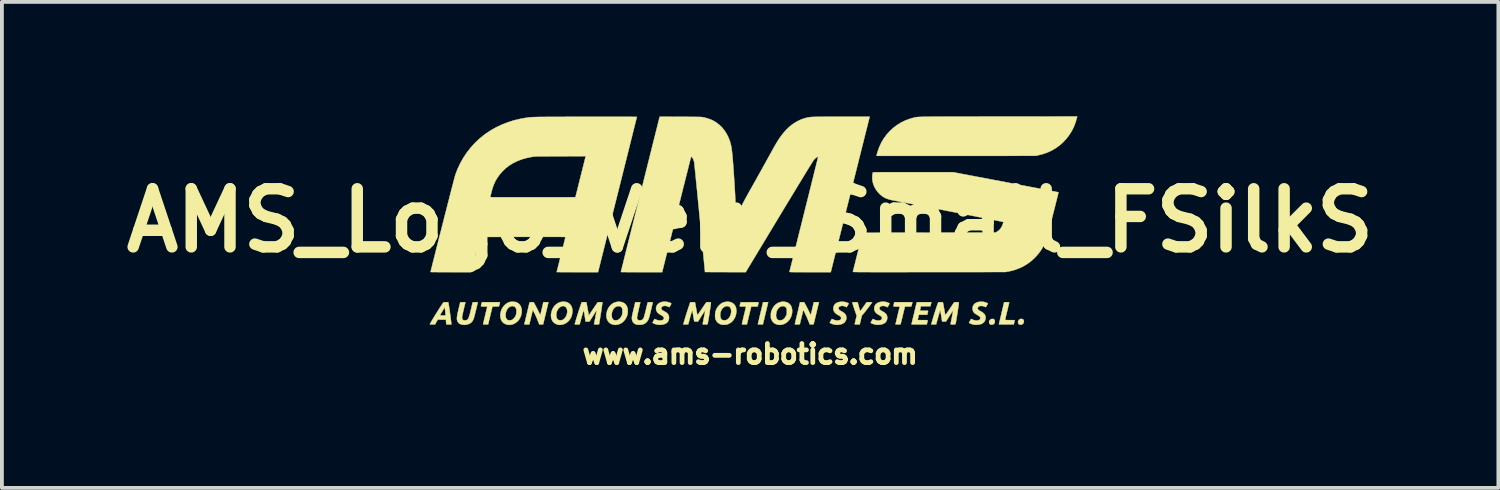
<source format=kicad_pcb>
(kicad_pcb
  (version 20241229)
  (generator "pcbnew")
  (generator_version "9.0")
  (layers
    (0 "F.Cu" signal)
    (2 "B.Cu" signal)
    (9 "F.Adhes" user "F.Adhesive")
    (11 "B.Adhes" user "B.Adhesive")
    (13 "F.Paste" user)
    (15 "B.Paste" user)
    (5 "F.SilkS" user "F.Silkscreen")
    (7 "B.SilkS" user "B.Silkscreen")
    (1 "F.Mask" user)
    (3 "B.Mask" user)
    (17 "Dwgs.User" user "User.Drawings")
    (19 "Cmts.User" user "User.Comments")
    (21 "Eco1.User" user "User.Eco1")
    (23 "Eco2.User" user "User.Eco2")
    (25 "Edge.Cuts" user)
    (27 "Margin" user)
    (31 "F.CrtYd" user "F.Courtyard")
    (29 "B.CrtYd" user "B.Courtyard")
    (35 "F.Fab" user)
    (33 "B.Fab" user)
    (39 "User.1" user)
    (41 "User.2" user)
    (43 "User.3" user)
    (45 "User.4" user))
  (footprint "AMS_Logo_Very_Small_FSilkS"
    (layer "F.Cu")
    (at 16.626 2.736)
    (property "Reference" "AMS_Logo_Very_Small_FSilkS" (at 0 0 0) (layer "F.SilkS") (effects (font (size 1.524 1.524) (thickness 0.3))))
    (attr through_hole)
    (fp_poly (pts (xy 0.404 2.432) (xy 0.334 2.724) (xy 0.268 2.724) (xy 0.241 2.724) (xy 0.22 2.723) (xy 0.206 2.721) (xy 0.203 2.719) (xy 0.204 2.712) (xy 0.208 2.694) (xy 0.215 2.666) (xy 0.223 2.63) (xy 0.234 2.586) (xy 0.245 2.536) (xy 0.258 2.481) (xy 0.271 2.427) (xy 0.339 2.14) (xy 0.474 2.14) (xy 0.404 2.432)) (stroke (width 0.01) (type solid)) (fill yes) (layer "F.SilkS"))
    (fp_poly (pts (xy 6.383 2.582) (xy 6.404 2.595) (xy 6.416 2.616) (xy 6.42 2.644) (xy 6.415 2.678) (xy 6.4 2.704) (xy 6.377 2.722) (xy 6.345 2.73) (xy 6.334 2.731) (xy 6.313 2.729) (xy 6.297 2.722) (xy 6.286 2.712) (xy 6.271 2.689) (xy 6.266 2.664) (xy 6.271 2.638) (xy 6.284 2.614) (xy 6.303 2.594) (xy 6.328 2.582) (xy 6.352 2.578) (xy 6.383 2.582)) (stroke (width 0.01) (type solid)) (fill yes) (layer "F.SilkS"))
    (fp_poly (pts (xy 7.145 2.584) (xy 7.159 2.591) (xy 7.174 2.61) (xy 7.18 2.636) (xy 7.179 2.663) (xy 7.169 2.689) (xy 7.152 2.711) (xy 7.148 2.714) (xy 7.124 2.727) (xy 7.096 2.731) (xy 7.07 2.728) (xy 7.048 2.718) (xy 7.045 2.715) (xy 7.031 2.693) (xy 7.026 2.666) (xy 7.03 2.638) (xy 7.043 2.612) (xy 7.063 2.592) (xy 7.067 2.589) (xy 7.091 2.58) (xy 7.119 2.578) (xy 7.145 2.584)) (stroke (width 0.01) (type solid)) (fill yes) (layer "F.SilkS"))
    (fp_poly (pts (xy -6.575 2.196) (xy -6.589 2.251) (xy -6.674 2.253) (xy -6.76 2.255) (xy -6.787 2.37) (xy -6.799 2.418) (xy -6.812 2.472) (xy -6.825 2.529) (xy -6.838 2.581) (xy -6.844 2.605) (xy -6.873 2.724) (xy -6.938 2.724) (xy -6.967 2.724) (xy -6.988 2.722) (xy -7.001 2.72) (xy -7.004 2.718) (xy -7.003 2.711) (xy -6.999 2.692) (xy -6.992 2.665) (xy -6.984 2.629) (xy -6.974 2.587) (xy -6.963 2.54) (xy -6.954 2.504) (xy -6.942 2.453) (xy -6.931 2.406) (xy -6.92 2.364) (xy -6.912 2.328) (xy -6.905 2.299) (xy -6.901 2.281) (xy -6.9 2.275) (xy -6.895 2.254) (xy -6.978 2.254) (xy -7.013 2.254) (xy -7.037 2.253) (xy -7.051 2.251) (xy -7.059 2.246) (xy -7.06 2.238) (xy -7.058 2.226) (xy -7.055 2.216) (xy -7.05 2.195) (xy -7.043 2.171) (xy -7.042 2.167) (xy -7.035 2.14) (xy -6.561 2.14) (xy -6.575 2.196)) (stroke (width 0.01) (type solid)) (fill yes) (layer "F.SilkS"))
    (fp_poly (pts (xy 0.142 2.141) (xy 0.173 2.142) (xy 0.196 2.143) (xy 0.211 2.144) (xy 0.219 2.146) (xy 0.222 2.148) (xy 0.222 2.148) (xy 0.221 2.159) (xy 0.217 2.176) (xy 0.216 2.178) (xy 0.211 2.199) (xy 0.204 2.223) (xy 0.203 2.227) (xy 0.196 2.254) (xy 0.028 2.254) (xy -0.029 2.489) (xy -0.085 2.724) (xy -0.151 2.724) (xy -0.181 2.724) (xy -0.201 2.722) (xy -0.212 2.72) (xy -0.216 2.716) (xy -0.216 2.716) (xy -0.214 2.708) (xy -0.21 2.689) (xy -0.204 2.661) (xy -0.195 2.624) (xy -0.185 2.581) (xy -0.174 2.533) (xy -0.162 2.483) (xy -0.15 2.432) (xy -0.138 2.385) (xy -0.128 2.343) (xy -0.12 2.308) (xy -0.113 2.281) (xy -0.109 2.263) (xy -0.108 2.257) (xy -0.114 2.256) (xy -0.13 2.255) (xy -0.154 2.255) (xy -0.184 2.254) (xy -0.191 2.254) (xy -0.226 2.254) (xy -0.25 2.254) (xy -0.265 2.25) (xy -0.271 2.243) (xy -0.272 2.231) (xy -0.268 2.212) (xy -0.261 2.188) (xy -0.25 2.143) (xy -0.014 2.141) (xy 0.049 2.141) (xy 0.101 2.141) (xy 0.142 2.141)) (stroke (width 0.01) (type solid)) (fill yes) (layer "F.SilkS"))
    (fp_poly (pts (xy 3.157 2.14) (xy 3.18 2.141) (xy 3.195 2.142) (xy 3.2 2.144) (xy 3.197 2.15) (xy 3.186 2.165) (xy 3.17 2.187) (xy 3.15 2.214) (xy 3.127 2.246) (xy 3.101 2.279) (xy 3.075 2.313) (xy 3.049 2.347) (xy 3.025 2.378) (xy 3.003 2.405) (xy 2.986 2.427) (xy 2.983 2.43) (xy 2.929 2.494) (xy 2.902 2.609) (xy 2.874 2.724) (xy 2.809 2.724) (xy 2.777 2.724) (xy 2.756 2.722) (xy 2.746 2.719) (xy 2.743 2.716) (xy 2.745 2.708) (xy 2.749 2.689) (xy 2.755 2.662) (xy 2.762 2.63) (xy 2.769 2.602) (xy 2.795 2.495) (xy 2.76 2.398) (xy 2.749 2.366) (xy 2.736 2.329) (xy 2.724 2.291) (xy 2.711 2.253) (xy 2.7 2.218) (xy 2.691 2.187) (xy 2.684 2.163) (xy 2.68 2.148) (xy 2.68 2.144) (xy 2.686 2.142) (xy 2.702 2.141) (xy 2.725 2.141) (xy 2.751 2.141) (xy 2.821 2.143) (xy 2.842 2.223) (xy 2.855 2.272) (xy 2.865 2.31) (xy 2.873 2.338) (xy 2.88 2.357) (xy 2.884 2.368) (xy 2.888 2.371) (xy 2.889 2.371) (xy 2.897 2.361) (xy 2.91 2.344) (xy 2.928 2.32) (xy 2.948 2.293) (xy 2.969 2.264) (xy 2.99 2.235) (xy 3.008 2.21) (xy 3.022 2.19) (xy 3.023 2.189) (xy 3.057 2.14) (xy 3.129 2.14) (xy 3.157 2.14)) (stroke (width 0.01) (type solid)) (fill yes) (layer "F.SilkS"))
    (fp_poly (pts (xy 6.757 2.141) (xy 6.78 2.142) (xy 6.792 2.144) (xy 6.795 2.146) (xy 6.793 2.154) (xy 6.789 2.172) (xy 6.783 2.2) (xy 6.774 2.236) (xy 6.764 2.278) (xy 6.753 2.326) (xy 6.741 2.376) (xy 6.728 2.427) (xy 6.717 2.475) (xy 6.707 2.517) (xy 6.698 2.553) (xy 6.692 2.58) (xy 6.688 2.598) (xy 6.687 2.605) (xy 6.693 2.606) (xy 6.709 2.608) (xy 6.735 2.609) (xy 6.768 2.61) (xy 6.806 2.61) (xy 6.814 2.61) (xy 6.852 2.61) (xy 6.886 2.61) (xy 6.913 2.611) (xy 6.932 2.612) (xy 6.94 2.613) (xy 6.941 2.613) (xy 6.939 2.621) (xy 6.935 2.637) (xy 6.93 2.66) (xy 6.927 2.67) (xy 6.914 2.724) (xy 6.718 2.724) (xy 6.661 2.724) (xy 6.615 2.724) (xy 6.58 2.723) (xy 6.555 2.722) (xy 6.538 2.721) (xy 6.528 2.719) (xy 6.525 2.717) (xy 6.525 2.716) (xy 6.527 2.709) (xy 6.531 2.69) (xy 6.538 2.662) (xy 6.547 2.627) (xy 6.557 2.585) (xy 6.568 2.539) (xy 6.58 2.489) (xy 6.592 2.438) (xy 6.604 2.386) (xy 6.616 2.336) (xy 6.627 2.289) (xy 6.638 2.245) (xy 6.646 2.208) (xy 6.653 2.178) (xy 6.658 2.156) (xy 6.661 2.145) (xy 6.661 2.143) (xy 6.667 2.142) (xy 6.683 2.141) (xy 6.706 2.14) (xy 6.728 2.14) (xy 6.757 2.141)) (stroke (width 0.01) (type solid)) (fill yes) (layer "F.SilkS"))
    (fp_poly (pts (xy 4.071 2.14) (xy 4.12 2.14) (xy 4.164 2.141) (xy 4.201 2.141) (xy 4.229 2.141) (xy 4.247 2.142) (xy 4.254 2.143) (xy 4.255 2.143) (xy 4.253 2.15) (xy 4.25 2.166) (xy 4.245 2.187) (xy 4.24 2.209) (xy 4.235 2.229) (xy 4.232 2.242) (xy 4.232 2.243) (xy 4.229 2.248) (xy 4.223 2.251) (xy 4.212 2.253) (xy 4.193 2.254) (xy 4.164 2.254) (xy 4.144 2.254) (xy 4.059 2.254) (xy 4.023 2.405) (xy 4.011 2.453) (xy 3.999 2.503) (xy 3.988 2.55) (xy 3.977 2.593) (xy 3.969 2.628) (xy 3.966 2.638) (xy 3.946 2.721) (xy 3.878 2.723) (xy 3.847 2.723) (xy 3.827 2.723) (xy 3.816 2.721) (xy 3.813 2.718) (xy 3.813 2.716) (xy 3.815 2.709) (xy 3.82 2.69) (xy 3.827 2.662) (xy 3.835 2.625) (xy 3.846 2.583) (xy 3.857 2.535) (xy 3.867 2.492) (xy 3.879 2.442) (xy 3.89 2.394) (xy 3.901 2.352) (xy 3.909 2.317) (xy 3.916 2.289) (xy 3.92 2.272) (xy 3.922 2.265) (xy 3.922 2.261) (xy 3.919 2.258) (xy 3.91 2.256) (xy 3.894 2.255) (xy 3.868 2.254) (xy 3.842 2.254) (xy 3.806 2.254) (xy 3.781 2.253) (xy 3.766 2.251) (xy 3.76 2.248) (xy 3.759 2.246) (xy 3.761 2.237) (xy 3.764 2.218) (xy 3.769 2.195) (xy 3.77 2.189) (xy 3.781 2.14) (xy 4.018 2.14) (xy 4.071 2.14)) (stroke (width 0.01) (type solid)) (fill yes) (layer "F.SilkS"))
    (fp_poly (pts (xy -7.913 2.173) (xy -7.905 2.214) (xy -7.897 2.262) (xy -7.888 2.318) (xy -7.879 2.382) (xy -7.869 2.456) (xy -7.858 2.54) (xy -7.846 2.635) (xy -7.839 2.694) (xy -7.835 2.724) (xy -7.968 2.724) (xy -7.972 2.697) (xy -7.975 2.674) (xy -7.977 2.647) (xy -7.977 2.635) (xy -7.979 2.6) (xy -8.195 2.597) (xy -8.23 2.66) (xy -8.265 2.724) (xy -8.333 2.724) (xy -8.361 2.724) (xy -8.383 2.723) (xy -8.397 2.721) (xy -8.401 2.72) (xy -8.398 2.711) (xy -8.388 2.694) (xy -8.374 2.668) (xy -8.355 2.635) (xy -8.332 2.597) (xy -8.307 2.555) (xy -8.279 2.51) (xy -8.264 2.485) (xy -8.134 2.485) (xy -8.128 2.487) (xy -8.112 2.488) (xy -8.088 2.489) (xy -8.061 2.489) (xy -7.988 2.489) (xy -7.992 2.44) (xy -7.995 2.407) (xy -7.998 2.37) (xy -8.002 2.34) (xy -8.004 2.315) (xy -8.006 2.294) (xy -8.007 2.281) (xy -8.007 2.28) (xy -8.01 2.281) (xy -8.019 2.292) (xy -8.031 2.31) (xy -8.047 2.334) (xy -8.05 2.34) (xy -8.077 2.383) (xy -8.099 2.419) (xy -8.116 2.449) (xy -8.128 2.471) (xy -8.134 2.483) (xy -8.134 2.485) (xy -8.264 2.485) (xy -8.25 2.463) (xy -8.221 2.415) (xy -8.192 2.369) (xy -8.164 2.325) (xy -8.139 2.285) (xy -8.115 2.25) (xy -8.096 2.22) (xy -8.089 2.21) (xy -8.042 2.143) (xy -7.981 2.141) (xy -7.919 2.14) (xy -7.913 2.173)) (stroke (width 0.01) (type solid)) (fill yes) (layer "F.SilkS"))
    (fp_poly (pts (xy -0.537 2.132) (xy -0.487 2.148) (xy -0.444 2.174) (xy -0.409 2.21) (xy -0.4 2.224) (xy -0.38 2.26) (xy -0.368 2.298) (xy -0.362 2.341) (xy -0.361 2.378) (xy -0.367 2.443) (xy -0.383 2.505) (xy -0.409 2.563) (xy -0.443 2.615) (xy -0.485 2.659) (xy -0.534 2.694) (xy -0.585 2.717) (xy -0.622 2.727) (xy -0.664 2.732) (xy -0.707 2.733) (xy -0.739 2.73) (xy -0.789 2.715) (xy -0.833 2.69) (xy -0.87 2.654) (xy -0.898 2.609) (xy -0.901 2.604) (xy -0.909 2.585) (xy -0.914 2.565) (xy -0.917 2.541) (xy -0.919 2.51) (xy -0.92 2.502) (xy -0.918 2.462) (xy -0.785 2.462) (xy -0.784 2.504) (xy -0.777 2.542) (xy -0.763 2.574) (xy -0.743 2.598) (xy -0.735 2.603) (xy -0.709 2.613) (xy -0.677 2.616) (xy -0.644 2.613) (xy -0.616 2.603) (xy -0.579 2.578) (xy -0.548 2.543) (xy -0.524 2.502) (xy -0.507 2.456) (xy -0.498 2.407) (xy -0.497 2.36) (xy -0.507 2.314) (xy -0.515 2.295) (xy -0.534 2.268) (xy -0.56 2.251) (xy -0.59 2.243) (xy -0.624 2.244) (xy -0.658 2.254) (xy -0.691 2.273) (xy -0.719 2.297) (xy -0.745 2.331) (xy -0.764 2.369) (xy -0.778 2.414) (xy -0.779 2.418) (xy -0.785 2.462) (xy -0.918 2.462) (xy -0.917 2.431) (xy -0.904 2.367) (xy -0.879 2.308) (xy -0.843 2.254) (xy -0.821 2.229) (xy -0.775 2.186) (xy -0.726 2.156) (xy -0.674 2.137) (xy -0.617 2.128) (xy -0.594 2.127) (xy -0.537 2.132)) (stroke (width 0.01) (type solid)) (fill yes) (layer "F.SilkS"))
    (fp_poly (pts (xy -4.858 2.13) (xy -4.82 2.136) (xy -4.793 2.145) (xy -4.755 2.168) (xy -4.72 2.2) (xy -4.692 2.238) (xy -4.683 2.256) (xy -4.668 2.303) (xy -4.661 2.356) (xy -4.663 2.413) (xy -4.673 2.47) (xy -4.691 2.526) (xy -4.71 2.565) (xy -4.744 2.615) (xy -4.787 2.658) (xy -4.837 2.693) (xy -4.891 2.718) (xy -4.94 2.73) (xy -4.967 2.734) (xy -4.987 2.736) (xy -5.006 2.735) (xy -5.029 2.732) (xy -5.036 2.73) (xy -5.087 2.716) (xy -5.13 2.691) (xy -5.167 2.658) (xy -5.195 2.617) (xy -5.214 2.569) (xy -5.223 2.515) (xy -5.223 2.476) (xy -5.085 2.476) (xy -5.085 2.495) (xy -5.078 2.54) (xy -5.063 2.574) (xy -5.041 2.598) (xy -5.012 2.612) (xy -4.979 2.616) (xy -4.95 2.613) (xy -4.924 2.607) (xy -4.918 2.604) (xy -4.9 2.593) (xy -4.879 2.576) (xy -4.865 2.563) (xy -4.838 2.527) (xy -4.817 2.486) (xy -4.804 2.444) (xy -4.797 2.4) (xy -4.798 2.359) (xy -4.805 2.321) (xy -4.82 2.289) (xy -4.841 2.263) (xy -4.858 2.253) (xy -4.892 2.242) (xy -4.927 2.243) (xy -4.961 2.255) (xy -4.994 2.276) (xy -5.024 2.305) (xy -5.05 2.342) (xy -5.07 2.385) (xy -5.08 2.418) (xy -5.084 2.445) (xy -5.085 2.476) (xy -5.223 2.476) (xy -5.223 2.457) (xy -5.221 2.442) (xy -5.205 2.373) (xy -5.18 2.31) (xy -5.146 2.255) (xy -5.104 2.209) (xy -5.054 2.171) (xy -4.999 2.144) (xy -4.976 2.137) (xy -4.94 2.13) (xy -4.9 2.128) (xy -4.858 2.13)) (stroke (width 0.01) (type solid)) (fill yes) (layer "F.SilkS"))
    (fp_poly (pts (xy -3.387 2.133) (xy -3.336 2.148) (xy -3.293 2.173) (xy -3.258 2.208) (xy -3.232 2.252) (xy -3.215 2.304) (xy -3.209 2.353) (xy -3.21 2.417) (xy -3.222 2.479) (xy -3.244 2.537) (xy -3.275 2.59) (xy -3.313 2.637) (xy -3.357 2.676) (xy -3.408 2.706) (xy -3.463 2.726) (xy -3.486 2.73) (xy -3.516 2.734) (xy -3.54 2.736) (xy -3.561 2.734) (xy -3.586 2.73) (xy -3.594 2.728) (xy -3.645 2.711) (xy -3.687 2.685) (xy -3.722 2.65) (xy -3.747 2.607) (xy -3.764 2.559) (xy -3.771 2.504) (xy -3.77 2.481) (xy -3.632 2.481) (xy -3.628 2.525) (xy -3.617 2.562) (xy -3.599 2.59) (xy -3.576 2.608) (xy -3.572 2.61) (xy -3.549 2.615) (xy -3.519 2.616) (xy -3.489 2.612) (xy -3.464 2.603) (xy -3.463 2.603) (xy -3.43 2.58) (xy -3.399 2.547) (xy -3.373 2.503) (xy -3.37 2.496) (xy -3.361 2.477) (xy -3.355 2.46) (xy -3.352 2.443) (xy -3.35 2.422) (xy -3.35 2.392) (xy -3.35 2.384) (xy -3.35 2.352) (xy -3.351 2.328) (xy -3.354 2.312) (xy -3.359 2.299) (xy -3.362 2.293) (xy -3.383 2.266) (xy -3.41 2.25) (xy -3.443 2.243) (xy -3.483 2.246) (xy -3.521 2.26) (xy -3.554 2.284) (xy -3.583 2.316) (xy -3.606 2.357) (xy -3.623 2.403) (xy -3.631 2.454) (xy -3.632 2.481) (xy -3.77 2.481) (xy -3.768 2.445) (xy -3.755 2.382) (xy -3.751 2.367) (xy -3.725 2.305) (xy -3.691 2.252) (xy -3.649 2.207) (xy -3.601 2.171) (xy -3.547 2.145) (xy -3.489 2.131) (xy -3.444 2.127) (xy -3.387 2.133)) (stroke (width 0.01) (type solid)) (fill yes) (layer "F.SilkS"))
    (fp_poly (pts (xy 2.468 2.132) (xy 2.521 2.144) (xy 2.56 2.16) (xy 2.575 2.168) (xy 2.584 2.174) (xy 2.584 2.175) (xy 2.582 2.183) (xy 2.574 2.198) (xy 2.564 2.217) (xy 2.552 2.237) (xy 2.541 2.255) (xy 2.533 2.267) (xy 2.528 2.272) (xy 2.528 2.272) (xy 2.493 2.255) (xy 2.459 2.243) (xy 2.434 2.237) (xy 2.4 2.237) (xy 2.37 2.244) (xy 2.344 2.255) (xy 2.326 2.272) (xy 2.318 2.291) (xy 2.318 2.296) (xy 2.32 2.315) (xy 2.329 2.332) (xy 2.345 2.348) (xy 2.371 2.365) (xy 2.394 2.378) (xy 2.44 2.405) (xy 2.475 2.432) (xy 2.499 2.46) (xy 2.515 2.49) (xy 2.518 2.5) (xy 2.526 2.546) (xy 2.521 2.591) (xy 2.504 2.633) (xy 2.477 2.669) (xy 2.469 2.677) (xy 2.435 2.7) (xy 2.392 2.718) (xy 2.343 2.73) (xy 2.291 2.735) (xy 2.24 2.732) (xy 2.232 2.731) (xy 2.193 2.723) (xy 2.156 2.712) (xy 2.124 2.7) (xy 2.109 2.692) (xy 2.088 2.679) (xy 2.115 2.63) (xy 2.127 2.608) (xy 2.137 2.591) (xy 2.142 2.581) (xy 2.143 2.58) (xy 2.149 2.581) (xy 2.163 2.587) (xy 2.183 2.596) (xy 2.187 2.598) (xy 2.226 2.612) (xy 2.264 2.62) (xy 2.301 2.621) (xy 2.333 2.616) (xy 2.359 2.605) (xy 2.378 2.588) (xy 2.387 2.566) (xy 2.388 2.557) (xy 2.382 2.537) (xy 2.366 2.516) (xy 2.339 2.495) (xy 2.306 2.476) (xy 2.259 2.447) (xy 2.223 2.415) (xy 2.199 2.38) (xy 2.185 2.342) (xy 2.182 2.305) (xy 2.188 2.258) (xy 2.205 2.218) (xy 2.232 2.185) (xy 2.264 2.161) (xy 2.308 2.142) (xy 2.359 2.131) (xy 2.413 2.127) (xy 2.468 2.132)) (stroke (width 0.01) (type solid)) (fill yes) (layer "F.SilkS"))
    (fp_poly (pts (xy -6.196 2.131) (xy -6.173 2.132) (xy -6.155 2.135) (xy -6.139 2.139) (xy -6.122 2.146) (xy -6.121 2.147) (xy -6.08 2.171) (xy -6.048 2.2) (xy -6.022 2.238) (xy -6.021 2.24) (xy -6 2.293) (xy -5.991 2.351) (xy -5.993 2.413) (xy -6.006 2.48) (xy -6.011 2.496) (xy -6.035 2.554) (xy -6.068 2.606) (xy -6.109 2.651) (xy -6.157 2.687) (xy -6.209 2.714) (xy -6.264 2.73) (xy -6.267 2.73) (xy -6.298 2.734) (xy -6.321 2.736) (xy -6.343 2.734) (xy -6.369 2.73) (xy -6.421 2.714) (xy -6.466 2.688) (xy -6.502 2.654) (xy -6.528 2.611) (xy -6.546 2.561) (xy -6.553 2.503) (xy -6.553 2.49) (xy -6.552 2.471) (xy -6.416 2.471) (xy -6.414 2.513) (xy -6.405 2.551) (xy -6.389 2.581) (xy -6.367 2.603) (xy -6.367 2.603) (xy -6.341 2.613) (xy -6.309 2.617) (xy -6.275 2.613) (xy -6.245 2.603) (xy -6.241 2.601) (xy -6.213 2.581) (xy -6.186 2.552) (xy -6.162 2.517) (xy -6.146 2.485) (xy -6.139 2.463) (xy -6.134 2.441) (xy -6.132 2.415) (xy -6.131 2.384) (xy -6.131 2.354) (xy -6.133 2.333) (xy -6.136 2.317) (xy -6.142 2.303) (xy -6.147 2.293) (xy -6.169 2.265) (xy -6.198 2.248) (xy -6.231 2.242) (xy -6.267 2.246) (xy -6.298 2.258) (xy -6.336 2.284) (xy -6.368 2.321) (xy -6.393 2.367) (xy -6.41 2.422) (xy -6.411 2.427) (xy -6.416 2.471) (xy -6.552 2.471) (xy -6.547 2.423) (xy -6.531 2.359) (xy -6.504 2.3) (xy -6.468 2.247) (xy -6.424 2.201) (xy -6.373 2.165) (xy -6.352 2.154) (xy -6.33 2.144) (xy -6.313 2.137) (xy -6.297 2.133) (xy -6.278 2.131) (xy -6.252 2.13) (xy -6.229 2.13) (xy -6.196 2.131)) (stroke (width 0.01) (type solid)) (fill yes) (layer "F.SilkS"))
    (fp_poly (pts (xy 0.925 2.133) (xy 0.976 2.148) (xy 1.019 2.173) (xy 1.053 2.208) (xy 1.08 2.252) (xy 1.096 2.304) (xy 1.103 2.353) (xy 1.101 2.417) (xy 1.089 2.479) (xy 1.067 2.537) (xy 1.037 2.59) (xy 0.999 2.637) (xy 0.954 2.676) (xy 0.904 2.706) (xy 0.849 2.726) (xy 0.826 2.73) (xy 0.795 2.734) (xy 0.772 2.736) (xy 0.751 2.734) (xy 0.725 2.73) (xy 0.718 2.728) (xy 0.667 2.711) (xy 0.625 2.686) (xy 0.59 2.65) (xy 0.563 2.604) (xy 0.563 2.604) (xy 0.554 2.585) (xy 0.548 2.569) (xy 0.545 2.553) (xy 0.544 2.533) (xy 0.543 2.505) (xy 0.543 2.489) (xy 0.543 2.481) (xy 0.679 2.481) (xy 0.683 2.525) (xy 0.694 2.562) (xy 0.712 2.59) (xy 0.736 2.608) (xy 0.74 2.61) (xy 0.763 2.615) (xy 0.792 2.616) (xy 0.823 2.612) (xy 0.848 2.603) (xy 0.848 2.603) (xy 0.882 2.58) (xy 0.912 2.547) (xy 0.939 2.503) (xy 0.942 2.496) (xy 0.951 2.477) (xy 0.957 2.46) (xy 0.96 2.443) (xy 0.962 2.422) (xy 0.962 2.392) (xy 0.962 2.384) (xy 0.962 2.352) (xy 0.96 2.328) (xy 0.957 2.312) (xy 0.953 2.299) (xy 0.949 2.293) (xy 0.928 2.266) (xy 0.902 2.25) (xy 0.868 2.243) (xy 0.828 2.246) (xy 0.791 2.26) (xy 0.757 2.284) (xy 0.729 2.316) (xy 0.705 2.357) (xy 0.689 2.403) (xy 0.681 2.454) (xy 0.679 2.481) (xy 0.543 2.481) (xy 0.544 2.453) (xy 0.546 2.426) (xy 0.55 2.402) (xy 0.556 2.378) (xy 0.56 2.367) (xy 0.587 2.305) (xy 0.622 2.251) (xy 0.664 2.205) (xy 0.712 2.17) (xy 0.767 2.144) (xy 0.825 2.13) (xy 0.867 2.127) (xy 0.925 2.133)) (stroke (width 0.01) (type solid)) (fill yes) (layer "F.SilkS"))
    (fp_poly (pts (xy 6.12 2.132) (xy 6.172 2.144) (xy 6.212 2.16) (xy 6.226 2.168) (xy 6.235 2.174) (xy 6.236 2.176) (xy 6.233 2.182) (xy 6.225 2.197) (xy 6.215 2.215) (xy 6.204 2.235) (xy 6.194 2.253) (xy 6.186 2.265) (xy 6.18 2.268) (xy 6.168 2.265) (xy 6.151 2.258) (xy 6.117 2.245) (xy 6.082 2.238) (xy 6.048 2.238) (xy 6.018 2.244) (xy 5.994 2.255) (xy 5.977 2.272) (xy 5.969 2.293) (xy 5.969 2.297) (xy 5.972 2.316) (xy 5.981 2.333) (xy 5.997 2.349) (xy 6.024 2.366) (xy 6.046 2.378) (xy 6.091 2.405) (xy 6.126 2.432) (xy 6.151 2.46) (xy 6.166 2.49) (xy 6.17 2.5) (xy 6.177 2.545) (xy 6.172 2.589) (xy 6.157 2.63) (xy 6.131 2.666) (xy 6.097 2.695) (xy 6.055 2.715) (xy 6.049 2.717) (xy 6.01 2.726) (xy 5.965 2.732) (xy 5.922 2.734) (xy 5.884 2.731) (xy 5.883 2.731) (xy 5.844 2.723) (xy 5.807 2.712) (xy 5.776 2.7) (xy 5.761 2.692) (xy 5.74 2.679) (xy 5.766 2.63) (xy 5.779 2.608) (xy 5.788 2.591) (xy 5.794 2.581) (xy 5.794 2.58) (xy 5.8 2.581) (xy 5.815 2.587) (xy 5.835 2.596) (xy 5.838 2.598) (xy 5.877 2.612) (xy 5.916 2.62) (xy 5.952 2.621) (xy 5.984 2.616) (xy 6.01 2.605) (xy 6.029 2.588) (xy 6.038 2.566) (xy 6.039 2.557) (xy 6.034 2.537) (xy 6.018 2.516) (xy 5.99 2.495) (xy 5.958 2.476) (xy 5.911 2.448) (xy 5.875 2.418) (xy 5.851 2.385) (xy 5.838 2.349) (xy 5.834 2.308) (xy 5.839 2.261) (xy 5.854 2.222) (xy 5.879 2.189) (xy 5.916 2.161) (xy 5.959 2.142) (xy 6.01 2.131) (xy 6.065 2.127) (xy 6.12 2.132)) (stroke (width 0.01) (type solid)) (fill yes) (layer "F.SilkS"))
    (fp_poly (pts (xy 4.728 2.248) (xy 4.478 2.248) (xy 4.467 2.297) (xy 4.462 2.321) (xy 4.457 2.341) (xy 4.453 2.353) (xy 4.453 2.354) (xy 4.455 2.357) (xy 4.462 2.359) (xy 4.478 2.361) (xy 4.503 2.362) (xy 4.539 2.362) (xy 4.559 2.362) (xy 4.6 2.362) (xy 4.631 2.363) (xy 4.651 2.365) (xy 4.663 2.367) (xy 4.667 2.37) (xy 4.667 2.37) (xy 4.666 2.38) (xy 4.662 2.398) (xy 4.657 2.421) (xy 4.657 2.424) (xy 4.646 2.47) (xy 4.426 2.47) (xy 4.42 2.494) (xy 4.416 2.511) (xy 4.41 2.534) (xy 4.405 2.558) (xy 4.4 2.581) (xy 4.396 2.598) (xy 4.394 2.607) (xy 4.394 2.607) (xy 4.4 2.608) (xy 4.417 2.609) (xy 4.443 2.609) (xy 4.476 2.61) (xy 4.514 2.61) (xy 4.523 2.61) (xy 4.563 2.61) (xy 4.597 2.61) (xy 4.626 2.611) (xy 4.646 2.612) (xy 4.655 2.613) (xy 4.656 2.613) (xy 4.656 2.62) (xy 4.653 2.637) (xy 4.649 2.66) (xy 4.646 2.67) (xy 4.633 2.724) (xy 4.431 2.724) (xy 4.373 2.724) (xy 4.327 2.724) (xy 4.291 2.723) (xy 4.265 2.722) (xy 4.247 2.721) (xy 4.236 2.719) (xy 4.232 2.717) (xy 4.232 2.716) (xy 4.234 2.708) (xy 4.239 2.69) (xy 4.246 2.662) (xy 4.254 2.627) (xy 4.264 2.585) (xy 4.275 2.539) (xy 4.287 2.489) (xy 4.3 2.438) (xy 4.312 2.386) (xy 4.324 2.336) (xy 4.335 2.288) (xy 4.345 2.245) (xy 4.354 2.208) (xy 4.361 2.177) (xy 4.366 2.156) (xy 4.369 2.145) (xy 4.369 2.144) (xy 4.375 2.143) (xy 4.392 2.142) (xy 4.419 2.141) (xy 4.454 2.141) (xy 4.495 2.14) (xy 4.542 2.14) (xy 4.562 2.14) (xy 4.754 2.14) (xy 4.728 2.248)) (stroke (width 0.01) (type solid)) (fill yes) (layer "F.SilkS"))
    (fp_poly (pts (xy -2.162 2.135) (xy -2.114 2.149) (xy -2.106 2.153) (xy -2.085 2.162) (xy -2.073 2.17) (xy -2.069 2.179) (xy -2.073 2.193) (xy -2.084 2.213) (xy -2.09 2.223) (xy -2.102 2.245) (xy -2.111 2.261) (xy -2.117 2.27) (xy -2.117 2.271) (xy -2.123 2.27) (xy -2.137 2.264) (xy -2.15 2.257) (xy -2.188 2.243) (xy -2.225 2.237) (xy -2.258 2.238) (xy -2.288 2.245) (xy -2.311 2.259) (xy -2.326 2.278) (xy -2.33 2.301) (xy -2.328 2.319) (xy -2.32 2.334) (xy -2.305 2.349) (xy -2.28 2.365) (xy -2.259 2.376) (xy -2.212 2.403) (xy -2.176 2.43) (xy -2.151 2.459) (xy -2.136 2.49) (xy -2.128 2.526) (xy -2.127 2.548) (xy -2.133 2.597) (xy -2.148 2.638) (xy -2.174 2.672) (xy -2.21 2.699) (xy -2.257 2.718) (xy -2.313 2.73) (xy -2.341 2.733) (xy -2.384 2.733) (xy -2.427 2.729) (xy -2.436 2.728) (xy -2.46 2.722) (xy -2.486 2.714) (xy -2.512 2.705) (xy -2.535 2.695) (xy -2.551 2.687) (xy -2.559 2.68) (xy -2.559 2.679) (xy -2.556 2.673) (xy -2.549 2.658) (xy -2.539 2.639) (xy -2.527 2.618) (xy -2.517 2.599) (xy -2.509 2.585) (xy -2.505 2.579) (xy -2.499 2.581) (xy -2.486 2.588) (xy -2.482 2.59) (xy -2.445 2.607) (xy -2.404 2.617) (xy -2.363 2.621) (xy -2.325 2.618) (xy -2.295 2.608) (xy -2.275 2.592) (xy -2.263 2.569) (xy -2.261 2.553) (xy -2.266 2.537) (xy -2.28 2.519) (xy -2.299 2.502) (xy -2.32 2.488) (xy -2.353 2.47) (xy -2.385 2.449) (xy -2.413 2.428) (xy -2.434 2.408) (xy -2.439 2.401) (xy -2.46 2.363) (xy -2.469 2.322) (xy -2.467 2.281) (xy -2.455 2.241) (xy -2.433 2.205) (xy -2.402 2.174) (xy -2.361 2.15) (xy -2.361 2.149) (xy -2.317 2.135) (xy -2.267 2.128) (xy -2.214 2.128) (xy -2.162 2.135)) (stroke (width 0.01) (type solid)) (fill yes) (layer "F.SilkS"))
    (fp_poly (pts (xy 3.519 2.128) (xy 3.555 2.133) (xy 3.557 2.134) (xy 3.578 2.14) (xy 3.602 2.148) (xy 3.625 2.157) (xy 3.643 2.165) (xy 3.655 2.172) (xy 3.658 2.175) (xy 3.655 2.181) (xy 3.647 2.195) (xy 3.637 2.214) (xy 3.626 2.234) (xy 3.616 2.253) (xy 3.608 2.266) (xy 3.604 2.271) (xy 3.598 2.27) (xy 3.585 2.263) (xy 3.573 2.258) (xy 3.53 2.242) (xy 3.484 2.237) (xy 3.448 2.242) (xy 3.418 2.253) (xy 3.399 2.272) (xy 3.391 2.296) (xy 3.391 2.303) (xy 3.393 2.318) (xy 3.4 2.332) (xy 3.414 2.346) (xy 3.437 2.362) (xy 3.47 2.38) (xy 3.473 2.382) (xy 3.518 2.408) (xy 3.551 2.435) (xy 3.575 2.463) (xy 3.589 2.494) (xy 3.596 2.53) (xy 3.596 2.55) (xy 3.591 2.598) (xy 3.574 2.639) (xy 3.548 2.672) (xy 3.511 2.699) (xy 3.464 2.718) (xy 3.408 2.73) (xy 3.381 2.733) (xy 3.352 2.734) (xy 3.324 2.733) (xy 3.302 2.731) (xy 3.301 2.731) (xy 3.261 2.722) (xy 3.224 2.711) (xy 3.194 2.698) (xy 3.182 2.692) (xy 3.161 2.679) (xy 3.188 2.63) (xy 3.2 2.608) (xy 3.21 2.591) (xy 3.216 2.58) (xy 3.217 2.579) (xy 3.223 2.58) (xy 3.234 2.586) (xy 3.257 2.598) (xy 3.286 2.609) (xy 3.317 2.617) (xy 3.345 2.622) (xy 3.354 2.623) (xy 3.394 2.619) (xy 3.425 2.608) (xy 3.447 2.591) (xy 3.458 2.568) (xy 3.458 2.565) (xy 3.457 2.544) (xy 3.446 2.523) (xy 3.423 2.503) (xy 3.389 2.481) (xy 3.384 2.479) (xy 3.336 2.451) (xy 3.301 2.421) (xy 3.276 2.39) (xy 3.261 2.355) (xy 3.255 2.315) (xy 3.255 2.308) (xy 3.26 2.262) (xy 3.275 2.223) (xy 3.301 2.189) (xy 3.339 2.161) (xy 3.365 2.148) (xy 3.396 2.137) (xy 3.435 2.131) (xy 3.477 2.127) (xy 3.519 2.128)) (stroke (width 0.01) (type solid)) (fill yes) (layer "F.SilkS"))
    (fp_poly (pts (xy 8.575 -2.713) (xy 8.538 -2.584) (xy 8.492 -2.462) (xy 8.435 -2.348) (xy 8.367 -2.241) (xy 8.289 -2.141) (xy 8.223 -2.069) (xy 8.13 -1.984) (xy 8.029 -1.909) (xy 7.921 -1.844) (xy 7.805 -1.79) (xy 7.682 -1.746) (xy 7.569 -1.717) (xy 7.49 -1.699) (xy 5.402 -1.697) (xy 5.24 -1.697) (xy 5.082 -1.697) (xy 4.927 -1.697) (xy 4.776 -1.697) (xy 4.63 -1.697) (xy 4.489 -1.697) (xy 4.354 -1.697) (xy 4.225 -1.697) (xy 4.102 -1.697) (xy 3.986 -1.697) (xy 3.878 -1.697) (xy 3.778 -1.697) (xy 3.687 -1.697) (xy 3.604 -1.697) (xy 3.531 -1.698) (xy 3.468 -1.698) (xy 3.414 -1.698) (xy 3.372 -1.698) (xy 3.341 -1.698) (xy 3.322 -1.699) (xy 3.315 -1.699) (xy 3.315 -1.699) (xy 3.317 -1.71) (xy 3.322 -1.731) (xy 3.33 -1.76) (xy 3.34 -1.792) (xy 3.351 -1.827) (xy 3.363 -1.862) (xy 3.374 -1.895) (xy 3.384 -1.922) (xy 3.389 -1.933) (xy 3.442 -2.047) (xy 3.505 -2.154) (xy 3.579 -2.254) (xy 3.661 -2.346) (xy 3.752 -2.43) (xy 3.85 -2.505) (xy 3.956 -2.57) (xy 4.067 -2.625) (xy 4.183 -2.668) (xy 4.243 -2.686) (xy 4.257 -2.689) (xy 4.269 -2.693) (xy 4.281 -2.696) (xy 4.291 -2.699) (xy 4.302 -2.702) (xy 4.313 -2.705) (xy 4.324 -2.708) (xy 4.336 -2.71) (xy 4.35 -2.712) (xy 4.366 -2.714) (xy 4.384 -2.716) (xy 4.405 -2.717) (xy 4.429 -2.719) (xy 4.457 -2.72) (xy 4.489 -2.721) (xy 4.525 -2.722) (xy 4.566 -2.723) (xy 4.612 -2.724) (xy 4.664 -2.725) (xy 4.722 -2.725) (xy 4.787 -2.726) (xy 4.859 -2.726) (xy 4.938 -2.727) (xy 5.025 -2.727) (xy 5.12 -2.727) (xy 5.224 -2.728) (xy 5.337 -2.728) (xy 5.46 -2.728) (xy 5.593 -2.728) (xy 5.736 -2.728) (xy 5.889 -2.728) (xy 6.055 -2.729) (xy 6.231 -2.729) (xy 6.42 -2.729) (xy 6.507 -2.729) (xy 8.579 -2.731) (xy 8.575 -2.713)) (stroke (width 0.01) (type solid)) (fill yes) (layer "F.SilkS"))
    (fp_poly (pts (xy -7.183 2.14) (xy -7.161 2.141) (xy -7.147 2.142) (xy -7.144 2.143) (xy -7.145 2.15) (xy -7.149 2.167) (xy -7.156 2.194) (xy -7.164 2.229) (xy -7.174 2.271) (xy -7.185 2.317) (xy -7.194 2.355) (xy -7.21 2.42) (xy -7.224 2.475) (xy -7.236 2.52) (xy -7.247 2.557) (xy -7.258 2.586) (xy -7.268 2.61) (xy -7.279 2.629) (xy -7.29 2.646) (xy -7.303 2.661) (xy -7.31 2.668) (xy -7.348 2.697) (xy -7.395 2.718) (xy -7.442 2.73) (xy -7.471 2.734) (xy -7.494 2.736) (xy -7.517 2.734) (xy -7.546 2.731) (xy -7.547 2.73) (xy -7.593 2.719) (xy -7.629 2.701) (xy -7.656 2.675) (xy -7.675 2.643) (xy -7.683 2.623) (xy -7.689 2.602) (xy -7.691 2.579) (xy -7.691 2.552) (xy -7.688 2.519) (xy -7.682 2.48) (xy -7.673 2.433) (xy -7.66 2.377) (xy -7.647 2.321) (xy -7.604 2.143) (xy -7.535 2.141) (xy -7.505 2.141) (xy -7.485 2.141) (xy -7.474 2.142) (xy -7.47 2.145) (xy -7.47 2.149) (xy -7.47 2.151) (xy -7.472 2.16) (xy -7.477 2.179) (xy -7.484 2.208) (xy -7.493 2.244) (xy -7.503 2.285) (xy -7.514 2.33) (xy -7.515 2.335) (xy -7.529 2.396) (xy -7.54 2.446) (xy -7.548 2.486) (xy -7.554 2.517) (xy -7.556 2.542) (xy -7.555 2.561) (xy -7.552 2.575) (xy -7.547 2.587) (xy -7.539 2.597) (xy -7.538 2.598) (xy -7.526 2.608) (xy -7.513 2.614) (xy -7.495 2.616) (xy -7.482 2.616) (xy -7.459 2.615) (xy -7.44 2.611) (xy -7.424 2.604) (xy -7.409 2.591) (xy -7.396 2.573) (xy -7.383 2.548) (xy -7.371 2.514) (xy -7.358 2.472) (xy -7.344 2.419) (xy -7.329 2.356) (xy -7.325 2.34) (xy -7.314 2.294) (xy -7.304 2.251) (xy -7.295 2.214) (xy -7.288 2.184) (xy -7.283 2.163) (xy -7.28 2.152) (xy -7.28 2.151) (xy -7.277 2.146) (xy -7.27 2.143) (xy -7.256 2.141) (xy -7.235 2.14) (xy -7.21 2.14) (xy -7.183 2.14)) (stroke (width 0.01) (type solid)) (fill yes) (layer "F.SilkS"))
    (fp_poly (pts (xy -2.589 2.14) (xy -2.57 2.141) (xy -2.56 2.142) (xy -2.555 2.145) (xy -2.555 2.151) (xy -2.556 2.154) (xy -2.575 2.237) (xy -2.592 2.309) (xy -2.607 2.37) (xy -2.619 2.421) (xy -2.63 2.464) (xy -2.639 2.5) (xy -2.647 2.529) (xy -2.654 2.553) (xy -2.66 2.571) (xy -2.666 2.587) (xy -2.672 2.599) (xy -2.678 2.61) (xy -2.684 2.621) (xy -2.691 2.631) (xy -2.693 2.635) (xy -2.727 2.674) (xy -2.768 2.704) (xy -2.808 2.721) (xy -2.842 2.728) (xy -2.882 2.733) (xy -2.922 2.734) (xy -2.957 2.731) (xy -2.962 2.731) (xy -3.008 2.717) (xy -3.046 2.695) (xy -3.074 2.664) (xy -3.092 2.625) (xy -3.098 2.6) (xy -3.101 2.585) (xy -3.102 2.572) (xy -3.103 2.559) (xy -3.102 2.544) (xy -3.1 2.526) (xy -3.097 2.504) (xy -3.091 2.475) (xy -3.083 2.439) (xy -3.073 2.394) (xy -3.06 2.339) (xy -3.056 2.323) (xy -3.013 2.14) (xy -2.945 2.14) (xy -2.914 2.14) (xy -2.893 2.142) (xy -2.882 2.144) (xy -2.88 2.147) (xy -2.88 2.148) (xy -2.885 2.165) (xy -2.892 2.192) (xy -2.9 2.226) (xy -2.909 2.266) (xy -2.919 2.309) (xy -2.929 2.354) (xy -2.939 2.399) (xy -2.948 2.441) (xy -2.956 2.478) (xy -2.962 2.51) (xy -2.966 2.533) (xy -2.967 2.546) (xy -2.967 2.546) (xy -2.966 2.567) (xy -2.962 2.581) (xy -2.953 2.593) (xy -2.947 2.598) (xy -2.933 2.609) (xy -2.919 2.614) (xy -2.899 2.616) (xy -2.89 2.616) (xy -2.854 2.612) (xy -2.825 2.597) (xy -2.802 2.572) (xy -2.796 2.561) (xy -2.79 2.548) (xy -2.782 2.524) (xy -2.773 2.49) (xy -2.762 2.449) (xy -2.75 2.402) (xy -2.737 2.35) (xy -2.737 2.349) (xy -2.725 2.301) (xy -2.715 2.258) (xy -2.706 2.22) (xy -2.698 2.188) (xy -2.692 2.165) (xy -2.689 2.153) (xy -2.689 2.151) (xy -2.686 2.146) (xy -2.679 2.143) (xy -2.665 2.141) (xy -2.644 2.14) (xy -2.619 2.14) (xy -2.589 2.14)) (stroke (width 0.01) (type solid)) (fill yes) (layer "F.SilkS"))
    (fp_poly (pts (xy 1.438 2.18) (xy 1.448 2.197) (xy 1.462 2.224) (xy 1.479 2.257) (xy 1.499 2.295) (xy 1.519 2.335) (xy 1.526 2.349) (xy 1.59 2.479) (xy 1.598 2.448) (xy 1.601 2.432) (xy 1.608 2.407) (xy 1.615 2.373) (xy 1.625 2.335) (xy 1.635 2.293) (xy 1.638 2.278) (xy 1.671 2.14) (xy 1.805 2.14) (xy 1.8 2.157) (xy 1.798 2.167) (xy 1.793 2.188) (xy 1.786 2.218) (xy 1.776 2.257) (xy 1.765 2.302) (xy 1.753 2.353) (xy 1.74 2.408) (xy 1.733 2.438) (xy 1.719 2.495) (xy 1.707 2.547) (xy 1.695 2.595) (xy 1.685 2.636) (xy 1.677 2.67) (xy 1.671 2.695) (xy 1.667 2.71) (xy 1.666 2.713) (xy 1.663 2.719) (xy 1.654 2.722) (xy 1.638 2.724) (xy 1.614 2.724) (xy 1.565 2.724) (xy 1.528 2.63) (xy 1.515 2.599) (xy 1.5 2.564) (xy 1.484 2.526) (xy 1.466 2.488) (xy 1.449 2.452) (xy 1.433 2.418) (xy 1.419 2.389) (xy 1.407 2.366) (xy 1.398 2.351) (xy 1.393 2.346) (xy 1.393 2.346) (xy 1.391 2.354) (xy 1.386 2.372) (xy 1.38 2.4) (xy 1.371 2.435) (xy 1.362 2.475) (xy 1.351 2.52) (xy 1.349 2.527) (xy 1.338 2.573) (xy 1.328 2.615) (xy 1.319 2.652) (xy 1.312 2.681) (xy 1.307 2.702) (xy 1.304 2.713) (xy 1.304 2.713) (xy 1.301 2.718) (xy 1.294 2.721) (xy 1.281 2.723) (xy 1.259 2.724) (xy 1.235 2.724) (xy 1.204 2.724) (xy 1.184 2.722) (xy 1.174 2.72) (xy 1.171 2.716) (xy 1.172 2.716) (xy 1.174 2.709) (xy 1.178 2.69) (xy 1.185 2.662) (xy 1.193 2.627) (xy 1.203 2.585) (xy 1.215 2.539) (xy 1.226 2.489) (xy 1.239 2.438) (xy 1.251 2.386) (xy 1.263 2.336) (xy 1.274 2.289) (xy 1.284 2.245) (xy 1.293 2.208) (xy 1.3 2.178) (xy 1.305 2.156) (xy 1.308 2.145) (xy 1.308 2.143) (xy 1.314 2.142) (xy 1.33 2.141) (xy 1.352 2.14) (xy 1.361 2.14) (xy 1.414 2.14) (xy 1.438 2.18)) (stroke (width 0.01) (type solid)) (fill yes) (layer "F.SilkS"))
    (fp_poly (pts (xy -5.646 2.199) (xy -5.633 2.223) (xy -5.615 2.257) (xy -5.595 2.296) (xy -5.574 2.337) (xy -5.554 2.379) (xy -5.535 2.417) (xy -5.52 2.449) (xy -5.514 2.464) (xy -5.511 2.47) (xy -5.509 2.473) (xy -5.506 2.473) (xy -5.503 2.468) (xy -5.499 2.456) (xy -5.494 2.437) (xy -5.487 2.409) (xy -5.478 2.371) (xy -5.467 2.324) (xy -5.457 2.283) (xy -5.448 2.244) (xy -5.44 2.21) (xy -5.434 2.184) (xy -5.43 2.167) (xy -5.429 2.164) (xy -5.422 2.14) (xy -5.356 2.14) (xy -5.326 2.14) (xy -5.307 2.141) (xy -5.296 2.143) (xy -5.292 2.146) (xy -5.292 2.151) (xy -5.292 2.151) (xy -5.294 2.159) (xy -5.299 2.178) (xy -5.306 2.206) (xy -5.315 2.242) (xy -5.325 2.284) (xy -5.336 2.33) (xy -5.348 2.38) (xy -5.36 2.431) (xy -5.373 2.483) (xy -5.385 2.533) (xy -5.396 2.58) (xy -5.406 2.623) (xy -5.415 2.66) (xy -5.422 2.689) (xy -5.427 2.71) (xy -5.429 2.72) (xy -5.429 2.721) (xy -5.435 2.723) (xy -5.451 2.724) (xy -5.473 2.724) (xy -5.48 2.724) (xy -5.506 2.724) (xy -5.522 2.722) (xy -5.531 2.719) (xy -5.535 2.713) (xy -5.535 2.713) (xy -5.548 2.678) (xy -5.565 2.636) (xy -5.584 2.588) (xy -5.605 2.539) (xy -5.626 2.492) (xy -5.646 2.45) (xy -5.656 2.429) (xy -5.701 2.34) (xy -5.724 2.439) (xy -5.735 2.483) (xy -5.747 2.533) (xy -5.758 2.582) (xy -5.769 2.626) (xy -5.77 2.63) (xy -5.792 2.724) (xy -5.859 2.724) (xy -5.889 2.724) (xy -5.908 2.723) (xy -5.918 2.721) (xy -5.922 2.718) (xy -5.922 2.713) (xy -5.922 2.713) (xy -5.92 2.705) (xy -5.915 2.685) (xy -5.908 2.656) (xy -5.899 2.619) (xy -5.888 2.574) (xy -5.876 2.524) (xy -5.863 2.469) (xy -5.855 2.432) (xy -5.841 2.375) (xy -5.828 2.322) (xy -5.817 2.273) (xy -5.807 2.231) (xy -5.798 2.197) (xy -5.792 2.171) (xy -5.788 2.155) (xy -5.787 2.151) (xy -5.784 2.145) (xy -5.776 2.142) (xy -5.76 2.14) (xy -5.735 2.14) (xy -5.732 2.14) (xy -5.68 2.14) (xy -5.646 2.199)) (stroke (width 0.01) (type solid)) (fill yes) (layer "F.SilkS"))
    (fp_poly (pts (xy -4.274 2.253) (xy -4.267 2.295) (xy -4.259 2.337) (xy -4.252 2.377) (xy -4.246 2.411) (xy -4.243 2.427) (xy -4.232 2.488) (xy -4.142 2.354) (xy -4.116 2.315) (xy -4.09 2.277) (xy -4.066 2.242) (xy -4.046 2.212) (xy -4.03 2.19) (xy -4.023 2.18) (xy -3.994 2.14) (xy -3.874 2.14) (xy -3.877 2.161) (xy -3.879 2.174) (xy -3.882 2.197) (xy -3.886 2.228) (xy -3.89 2.262) (xy -3.893 2.28) (xy -3.898 2.314) (xy -3.904 2.358) (xy -3.912 2.409) (xy -3.92 2.462) (xy -3.929 2.515) (xy -3.934 2.545) (xy -3.942 2.59) (xy -3.948 2.63) (xy -3.954 2.665) (xy -3.959 2.693) (xy -3.961 2.711) (xy -3.962 2.718) (xy -3.968 2.721) (xy -3.984 2.723) (xy -4.008 2.724) (xy -4.03 2.724) (xy -4.06 2.724) (xy -4.079 2.723) (xy -4.09 2.722) (xy -4.094 2.719) (xy -4.095 2.714) (xy -4.094 2.71) (xy -4.091 2.7) (xy -4.087 2.679) (xy -4.082 2.651) (xy -4.075 2.616) (xy -4.067 2.577) (xy -4.059 2.536) (xy -4.052 2.496) (xy -4.044 2.458) (xy -4.038 2.425) (xy -4.033 2.398) (xy -4.03 2.38) (xy -4.029 2.378) (xy -4.028 2.364) (xy -4.029 2.357) (xy -4.03 2.358) (xy -4.035 2.365) (xy -4.045 2.38) (xy -4.061 2.404) (xy -4.08 2.434) (xy -4.102 2.469) (xy -4.124 2.504) (xy -4.213 2.645) (xy -4.264 2.647) (xy -4.316 2.648) (xy -4.327 2.577) (xy -4.336 2.517) (xy -4.344 2.465) (xy -4.352 2.423) (xy -4.358 2.39) (xy -4.364 2.368) (xy -4.367 2.357) (xy -4.369 2.357) (xy -4.373 2.366) (xy -4.379 2.386) (xy -4.387 2.414) (xy -4.397 2.448) (xy -4.408 2.488) (xy -4.42 2.53) (xy -4.432 2.573) (xy -4.443 2.615) (xy -4.452 2.646) (xy -4.472 2.724) (xy -4.538 2.724) (xy -4.569 2.724) (xy -4.588 2.722) (xy -4.599 2.72) (xy -4.601 2.716) (xy -4.601 2.716) (xy -4.598 2.708) (xy -4.593 2.689) (xy -4.585 2.663) (xy -4.576 2.631) (xy -4.569 2.607) (xy -4.541 2.515) (xy -4.512 2.421) (xy -4.483 2.331) (xy -4.455 2.247) (xy -4.447 2.224) (xy -4.417 2.14) (xy -4.295 2.14) (xy -4.274 2.253)) (stroke (width 0.01) (type solid)) (fill yes) (layer "F.SilkS"))
    (fp_poly (pts (xy -1.06 2.14) (xy -1.043 2.141) (xy -1.033 2.143) (xy -1.029 2.147) (xy -1.029 2.151) (xy -1.03 2.167) (xy -1.033 2.193) (xy -1.037 2.228) (xy -1.043 2.27) (xy -1.05 2.319) (xy -1.058 2.37) (xy -1.066 2.425) (xy -1.074 2.479) (xy -1.083 2.532) (xy -1.091 2.582) (xy -1.099 2.628) (xy -1.106 2.666) (xy -1.112 2.697) (xy -1.115 2.71) (xy -1.117 2.716) (xy -1.121 2.721) (xy -1.131 2.723) (xy -1.148 2.724) (xy -1.174 2.724) (xy -1.181 2.724) (xy -1.212 2.724) (xy -1.232 2.722) (xy -1.243 2.719) (xy -1.245 2.716) (xy -1.243 2.708) (xy -1.24 2.689) (xy -1.235 2.662) (xy -1.229 2.629) (xy -1.223 2.597) (xy -1.21 2.532) (xy -1.199 2.476) (xy -1.191 2.43) (xy -1.185 2.394) (xy -1.181 2.369) (xy -1.18 2.356) (xy -1.181 2.354) (xy -1.185 2.36) (xy -1.196 2.376) (xy -1.211 2.4) (xy -1.23 2.43) (xy -1.252 2.465) (xy -1.276 2.503) (xy -1.367 2.648) (xy -1.416 2.648) (xy -1.441 2.648) (xy -1.456 2.647) (xy -1.464 2.644) (xy -1.468 2.638) (xy -1.469 2.63) (xy -1.471 2.619) (xy -1.475 2.597) (xy -1.48 2.567) (xy -1.486 2.532) (xy -1.492 2.492) (xy -1.493 2.489) (xy -1.499 2.451) (xy -1.505 2.417) (xy -1.51 2.389) (xy -1.514 2.37) (xy -1.517 2.361) (xy -1.517 2.36) (xy -1.521 2.363) (xy -1.527 2.377) (xy -1.535 2.402) (xy -1.546 2.438) (xy -1.56 2.486) (xy -1.576 2.545) (xy -1.594 2.61) (xy -1.624 2.721) (xy -1.688 2.723) (xy -1.715 2.723) (xy -1.736 2.723) (xy -1.75 2.722) (xy -1.753 2.72) (xy -1.751 2.711) (xy -1.745 2.691) (xy -1.737 2.663) (xy -1.727 2.627) (xy -1.714 2.585) (xy -1.701 2.54) (xy -1.686 2.492) (xy -1.671 2.444) (xy -1.656 2.397) (xy -1.641 2.352) (xy -1.628 2.311) (xy -1.626 2.306) (xy -1.572 2.143) (xy -1.51 2.141) (xy -1.482 2.141) (xy -1.463 2.141) (xy -1.452 2.143) (xy -1.447 2.147) (xy -1.445 2.151) (xy -1.443 2.16) (xy -1.439 2.18) (xy -1.434 2.209) (xy -1.427 2.244) (xy -1.42 2.285) (xy -1.414 2.32) (xy -1.406 2.363) (xy -1.399 2.402) (xy -1.393 2.434) (xy -1.388 2.46) (xy -1.384 2.475) (xy -1.383 2.48) (xy -1.379 2.476) (xy -1.369 2.463) (xy -1.354 2.443) (xy -1.337 2.417) (xy -1.324 2.399) (xy -1.299 2.361) (xy -1.27 2.318) (xy -1.241 2.275) (xy -1.213 2.235) (xy -1.208 2.227) (xy -1.148 2.14) (xy -1.088 2.14) (xy -1.06 2.14)) (stroke (width 0.01) (type solid)) (fill yes) (layer "F.SilkS"))
    (fp_poly (pts (xy 5.442 2.14) (xy 5.46 2.141) (xy 5.469 2.143) (xy 5.473 2.147) (xy 5.474 2.154) (xy 5.474 2.155) (xy 5.473 2.17) (xy 5.47 2.195) (xy 5.466 2.229) (xy 5.46 2.27) (xy 5.453 2.316) (xy 5.446 2.367) (xy 5.438 2.419) (xy 5.43 2.472) (xy 5.421 2.524) (xy 5.413 2.573) (xy 5.406 2.618) (xy 5.399 2.656) (xy 5.394 2.686) (xy 5.389 2.707) (xy 5.387 2.715) (xy 5.38 2.719) (xy 5.363 2.722) (xy 5.341 2.724) (xy 5.317 2.725) (xy 5.293 2.724) (xy 5.273 2.723) (xy 5.261 2.719) (xy 5.258 2.717) (xy 5.259 2.708) (xy 5.262 2.69) (xy 5.267 2.662) (xy 5.274 2.627) (xy 5.282 2.586) (xy 5.29 2.547) (xy 5.298 2.502) (xy 5.306 2.46) (xy 5.313 2.424) (xy 5.319 2.395) (xy 5.323 2.374) (xy 5.324 2.365) (xy 5.325 2.361) (xy 5.323 2.36) (xy 5.319 2.363) (xy 5.312 2.372) (xy 5.302 2.387) (xy 5.288 2.409) (xy 5.269 2.438) (xy 5.244 2.476) (xy 5.214 2.524) (xy 5.192 2.559) (xy 5.136 2.648) (xy 5.037 2.648) (xy 5.03 2.608) (xy 5.02 2.544) (xy 5.011 2.49) (xy 5.004 2.448) (xy 4.998 2.414) (xy 4.993 2.39) (xy 4.99 2.373) (xy 4.987 2.362) (xy 4.985 2.357) (xy 4.985 2.356) (xy 4.982 2.362) (xy 4.976 2.378) (xy 4.968 2.404) (xy 4.958 2.438) (xy 4.946 2.477) (xy 4.934 2.521) (xy 4.921 2.568) (xy 4.907 2.617) (xy 4.897 2.654) (xy 4.88 2.721) (xy 4.814 2.723) (xy 4.785 2.723) (xy 4.766 2.723) (xy 4.756 2.722) (xy 4.752 2.719) (xy 4.752 2.714) (xy 4.752 2.713) (xy 4.755 2.703) (xy 4.761 2.684) (xy 4.768 2.657) (xy 4.777 2.625) (xy 4.781 2.613) (xy 4.795 2.565) (xy 4.811 2.513) (xy 4.828 2.456) (xy 4.847 2.399) (xy 4.865 2.342) (xy 4.883 2.288) (xy 4.899 2.239) (xy 4.914 2.197) (xy 4.926 2.164) (xy 4.931 2.151) (xy 4.935 2.146) (xy 4.943 2.142) (xy 4.958 2.141) (xy 4.982 2.14) (xy 4.995 2.14) (xy 5.023 2.14) (xy 5.04 2.141) (xy 5.051 2.144) (xy 5.056 2.148) (xy 5.058 2.152) (xy 5.06 2.161) (xy 5.063 2.18) (xy 5.069 2.208) (xy 5.075 2.241) (xy 5.082 2.279) (xy 5.089 2.319) (xy 5.096 2.358) (xy 5.103 2.396) (xy 5.109 2.429) (xy 5.114 2.457) (xy 5.117 2.476) (xy 5.118 2.484) (xy 5.118 2.485) (xy 5.121 2.481) (xy 5.131 2.468) (xy 5.146 2.447) (xy 5.165 2.419) (xy 5.188 2.386) (xy 5.213 2.349) (xy 5.216 2.345) (xy 5.242 2.305) (xy 5.268 2.267) (xy 5.291 2.233) (xy 5.311 2.204) (xy 5.326 2.182) (xy 5.334 2.17) (xy 5.355 2.14) (xy 5.415 2.14) (xy 5.442 2.14)) (stroke (width 0.01) (type solid)) (fill yes) (layer "F.SilkS"))
    (fp_poly (pts (xy 4.26 -1.27) (xy 4.269 -1.27) (xy 5.318 -1.27) (xy 6.701 -1.008) (xy 6.831 -0.983) (xy 6.958 -0.959) (xy 7.082 -0.935) (xy 7.2 -0.913) (xy 7.314 -0.891) (xy 7.423 -0.87) (xy 7.525 -0.851) (xy 7.62 -0.833) (xy 7.708 -0.816) (xy 7.789 -0.8) (xy 7.861 -0.786) (xy 7.924 -0.774) (xy 7.978 -0.764) (xy 8.021 -0.755) (xy 8.054 -0.749) (xy 8.076 -0.745) (xy 8.086 -0.742) (xy 8.086 -0.742) (xy 8.085 -0.736) (xy 8.082 -0.718) (xy 8.075 -0.69) (xy 8.066 -0.652) (xy 8.055 -0.607) (xy 8.042 -0.554) (xy 8.027 -0.495) (xy 8.011 -0.43) (xy 7.994 -0.362) (xy 7.976 -0.29) (xy 7.957 -0.216) (xy 7.938 -0.141) (xy 7.919 -0.065) (xy 7.9 0.009) (xy 7.881 0.082) (xy 7.863 0.151) (xy 7.846 0.217) (xy 7.83 0.278) (xy 7.815 0.333) (xy 7.803 0.382) (xy 7.792 0.422) (xy 7.783 0.453) (xy 7.777 0.475) (xy 7.775 0.483) (xy 7.749 0.55) (xy 7.717 0.622) (xy 7.68 0.693) (xy 7.642 0.758) (xy 7.635 0.768) (xy 7.558 0.874) (xy 7.473 0.969) (xy 7.38 1.055) (xy 7.28 1.13) (xy 7.172 1.196) (xy 7.058 1.25) (xy 6.937 1.295) (xy 6.809 1.328) (xy 6.775 1.334) (xy 6.696 1.349) (xy 4.694 1.351) (xy 4.505 1.351) (xy 4.328 1.351) (xy 4.163 1.351) (xy 4.009 1.352) (xy 3.866 1.352) (xy 3.734 1.352) (xy 3.613 1.352) (xy 3.501 1.352) (xy 3.399 1.352) (xy 3.305 1.352) (xy 3.22 1.352) (xy 3.144 1.351) (xy 3.075 1.351) (xy 3.013 1.351) (xy 2.959 1.351) (xy 2.911 1.351) (xy 2.869 1.35) (xy 2.833 1.35) (xy 2.802 1.349) (xy 2.776 1.349) (xy 2.754 1.348) (xy 2.737 1.348) (xy 2.723 1.347) (xy 2.713 1.346) (xy 2.705 1.346) (xy 2.7 1.345) (xy 2.697 1.344) (xy 2.695 1.343) (xy 2.695 1.342) (xy 2.695 1.342) (xy 2.697 1.334) (xy 2.702 1.315) (xy 2.709 1.285) (xy 2.719 1.246) (xy 2.731 1.199) (xy 2.745 1.144) (xy 2.761 1.082) (xy 2.777 1.015) (xy 2.795 0.943) (xy 2.814 0.868) (xy 2.82 0.848) (xy 2.839 0.771) (xy 2.857 0.698) (xy 2.875 0.628) (xy 2.891 0.564) (xy 2.905 0.506) (xy 2.918 0.455) (xy 2.929 0.412) (xy 2.938 0.379) (xy 2.944 0.355) (xy 2.947 0.343) (xy 2.947 0.341) (xy 2.953 0.318) (xy 4.691 0.316) (xy 6.429 0.314) (xy 6.467 0.296) (xy 6.513 0.267) (xy 6.553 0.228) (xy 6.588 0.18) (xy 6.616 0.126) (xy 6.632 0.077) (xy 6.637 0.056) (xy 6.64 0.041) (xy 6.641 0.035) (xy 6.634 0.034) (xy 6.616 0.03) (xy 6.587 0.024) (xy 6.547 0.016) (xy 6.498 0.006) (xy 6.44 -0.006) (xy 6.373 -0.019) (xy 6.299 -0.033) (xy 6.219 -0.049) (xy 6.132 -0.067) (xy 6.04 -0.085) (xy 5.943 -0.104) (xy 5.843 -0.124) (xy 5.739 -0.144) (xy 5.632 -0.165) (xy 5.524 -0.186) (xy 5.415 -0.208) (xy 5.305 -0.229) (xy 5.196 -0.25) (xy 5.088 -0.272) (xy 4.981 -0.292) (xy 4.877 -0.313) (xy 4.776 -0.332) (xy 4.679 -0.351) (xy 4.587 -0.369) (xy 4.5 -0.386) (xy 4.419 -0.402) (xy 4.345 -0.416) (xy 4.278 -0.429) (xy 4.245 -0.435) (xy 4.173 -0.449) (xy 4.102 -0.463) (xy 4.033 -0.476) (xy 3.967 -0.489) (xy 3.906 -0.5) (xy 3.852 -0.511) (xy 3.807 -0.52) (xy 3.771 -0.527) (xy 3.751 -0.53) (xy 3.677 -0.547) (xy 3.613 -0.565) (xy 3.558 -0.586) (xy 3.508 -0.611) (xy 3.462 -0.642) (xy 3.416 -0.679) (xy 3.392 -0.701) (xy 3.334 -0.765) (xy 3.286 -0.835) (xy 3.248 -0.909) (xy 3.221 -0.987) (xy 3.206 -1.067) (xy 3.203 -1.147) (xy 3.206 -1.19) (xy 3.209 -1.217) (xy 3.213 -1.24) (xy 3.216 -1.256) (xy 3.217 -1.26) (xy 3.218 -1.261) (xy 3.222 -1.262) (xy 3.227 -1.264) (xy 3.236 -1.264) (xy 3.249 -1.265) (xy 3.266 -1.266) (xy 3.287 -1.267) (xy 3.314 -1.267) (xy 3.347 -1.268) (xy 3.387 -1.268) (xy 3.433 -1.269) (xy 3.487 -1.269) (xy 3.549 -1.269) (xy 3.62 -1.27) (xy 3.7 -1.27) (xy 3.79 -1.27) (xy 3.891 -1.27) (xy 4.002 -1.27) (xy 4.125 -1.27) (xy 4.26 -1.27)) (stroke (width 0.01) (type solid)) (fill yes) (layer "F.SilkS"))
    (fp_poly (pts (xy -3.72 -2.723) (xy -3.612 -2.723) (xy -3.511 -2.723) (xy -3.416 -2.722) (xy -3.329 -2.722) (xy -3.25 -2.722) (xy -3.18 -2.722) (xy -3.119 -2.722) (xy -3.067 -2.721) (xy -3.026 -2.721) (xy -2.996 -2.72) (xy -2.978 -2.72) (xy -2.972 -2.72) (xy -2.972 -2.72) (xy -2.973 -2.713) (xy -2.978 -2.695) (xy -2.985 -2.665) (xy -2.995 -2.624) (xy -3.008 -2.573) (xy -3.023 -2.512) (xy -3.041 -2.441) (xy -3.061 -2.361) (xy -3.083 -2.272) (xy -3.107 -2.176) (xy -3.133 -2.071) (xy -3.161 -1.959) (xy -3.191 -1.84) (xy -3.222 -1.715) (xy -3.255 -1.584) (xy -3.289 -1.447) (xy -3.324 -1.306) (xy -3.361 -1.159) (xy -3.399 -1.009) (xy -3.437 -0.855) (xy -3.476 -0.698) (xy -3.481 -0.681) (xy -3.99 1.353) (xy -4.532 1.353) (xy -4.614 1.353) (xy -4.692 1.352) (xy -4.765 1.352) (xy -4.833 1.352) (xy -4.894 1.352) (xy -4.948 1.352) (xy -4.993 1.351) (xy -5.029 1.351) (xy -5.055 1.35) (xy -5.07 1.35) (xy -5.074 1.35) (xy -5.072 1.343) (xy -5.068 1.325) (xy -5.061 1.297) (xy -5.051 1.26) (xy -5.04 1.214) (xy -5.026 1.16) (xy -5.011 1.1) (xy -4.995 1.035) (xy -4.977 0.964) (xy -4.959 0.894) (xy -4.941 0.82) (xy -4.923 0.75) (xy -4.907 0.684) (xy -4.892 0.624) (xy -4.878 0.57) (xy -4.867 0.524) (xy -4.858 0.486) (xy -4.851 0.458) (xy -4.846 0.439) (xy -4.845 0.433) (xy -4.848 0.432) (xy -4.857 0.431) (xy -4.873 0.43) (xy -4.896 0.429) (xy -4.926 0.429) (xy -4.964 0.428) (xy -5.01 0.428) (xy -5.065 0.427) (xy -5.13 0.427) (xy -5.203 0.427) (xy -5.287 0.427) (xy -5.381 0.427) (xy -5.486 0.427) (xy -5.602 0.427) (xy -5.729 0.427) (xy -5.869 0.427) (xy -5.964 0.427) (xy -7.082 0.429) (xy -7.189 0.851) (xy -7.207 0.923) (xy -7.225 0.993) (xy -7.241 1.058) (xy -7.257 1.119) (xy -7.27 1.173) (xy -7.282 1.22) (xy -7.292 1.259) (xy -7.3 1.289) (xy -7.305 1.308) (xy -7.306 1.313) (xy -7.317 1.353) (xy -7.849 1.353) (xy -7.93 1.352) (xy -8.008 1.352) (xy -8.08 1.352) (xy -8.147 1.352) (xy -8.208 1.351) (xy -8.261 1.351) (xy -8.305 1.35) (xy -8.341 1.35) (xy -8.366 1.349) (xy -8.379 1.349) (xy -8.382 1.348) (xy -8.38 1.34) (xy -8.376 1.321) (xy -8.369 1.29) (xy -8.359 1.25) (xy -8.346 1.2) (xy -8.332 1.141) (xy -8.315 1.074) (xy -8.296 1) (xy -8.276 0.919) (xy -8.254 0.832) (xy -8.231 0.74) (xy -8.206 0.644) (xy -8.181 0.544) (xy -8.155 0.44) (xy -8.128 0.334) (xy -8.1 0.227) (xy -8.073 0.118) (xy -8.045 0.01) (xy -8.018 -0.099) (xy -7.99 -0.206) (xy -7.963 -0.311) (xy -7.937 -0.414) (xy -7.911 -0.514) (xy -7.887 -0.609) (xy -7.884 -0.621) (xy -6.817 -0.621) (xy -6.817 -0.619) (xy -6.816 -0.618) (xy -6.813 -0.617) (xy -6.807 -0.616) (xy -6.799 -0.615) (xy -6.787 -0.614) (xy -6.771 -0.613) (xy -6.751 -0.613) (xy -6.725 -0.612) (xy -6.694 -0.612) (xy -6.656 -0.611) (xy -6.612 -0.611) (xy -6.561 -0.611) (xy -6.501 -0.611) (xy -6.433 -0.611) (xy -6.357 -0.611) (xy -6.27 -0.611) (xy -6.174 -0.611) (xy -6.067 -0.611) (xy -5.949 -0.611) (xy -5.819 -0.611) (xy -5.702 -0.611) (xy -4.582 -0.613) (xy -4.448 -1.151) (xy -4.313 -1.69) (xy -4.974 -1.687) (xy -5.081 -1.687) (xy -5.175 -1.687) (xy -5.258 -1.686) (xy -5.332 -1.686) (xy -5.395 -1.686) (xy -5.45 -1.685) (xy -5.497 -1.685) (xy -5.538 -1.684) (xy -5.572 -1.683) (xy -5.6 -1.683) (xy -5.624 -1.682) (xy -5.645 -1.68) (xy -5.662 -1.679) (xy -5.677 -1.678) (xy -5.691 -1.676) (xy -5.705 -1.674) (xy -5.718 -1.672) (xy -5.719 -1.672) (xy -5.857 -1.644) (xy -5.986 -1.608) (xy -6.105 -1.562) (xy -6.216 -1.508) (xy -6.319 -1.445) (xy -6.413 -1.372) (xy -6.499 -1.29) (xy -6.576 -1.199) (xy -6.622 -1.135) (xy -6.661 -1.073) (xy -6.695 -1.009) (xy -6.724 -0.943) (xy -6.751 -0.87) (xy -6.775 -0.789) (xy -6.785 -0.747) (xy -6.795 -0.71) (xy -6.803 -0.676) (xy -6.81 -0.649) (xy -6.815 -0.63) (xy -6.817 -0.621) (xy -7.884 -0.621) (xy -7.864 -0.7) (xy -7.842 -0.785) (xy -7.821 -0.865) (xy -7.802 -0.937) (xy -7.786 -1.002) (xy -7.771 -1.059) (xy -7.758 -1.107) (xy -7.748 -1.145) (xy -7.74 -1.173) (xy -7.736 -1.19) (xy -7.735 -1.194) (xy -7.677 -1.347) (xy -7.608 -1.495) (xy -7.528 -1.638) (xy -7.438 -1.774) (xy -7.338 -1.904) (xy -7.228 -2.026) (xy -7.11 -2.14) (xy -6.983 -2.244) (xy -6.921 -2.29) (xy -6.787 -2.377) (xy -6.646 -2.455) (xy -6.497 -2.524) (xy -6.342 -2.583) (xy -6.182 -2.633) (xy -6.018 -2.671) (xy -5.937 -2.686) (xy -5.914 -2.689) (xy -5.893 -2.693) (xy -5.873 -2.696) (xy -5.854 -2.699) (xy -5.836 -2.702) (xy -5.817 -2.705) (xy -5.797 -2.707) (xy -5.776 -2.709) (xy -5.753 -2.711) (xy -5.728 -2.712) (xy -5.699 -2.714) (xy -5.667 -2.715) (xy -5.631 -2.716) (xy -5.589 -2.717) (xy -5.543 -2.718) (xy -5.491 -2.719) (xy -5.432 -2.719) (xy -5.366 -2.72) (xy -5.293 -2.72) (xy -5.212 -2.721) (xy -5.122 -2.721) (xy -5.023 -2.721) (xy -4.914 -2.721) (xy -4.794 -2.722) (xy -4.664 -2.722) (xy -4.523 -2.722) (xy -4.369 -2.722) (xy -4.332 -2.722) (xy -4.202 -2.722) (xy -4.075 -2.723) (xy -3.952 -2.723) (xy -3.833 -2.723) (xy -3.72 -2.723)) (stroke (width 0.01) (type solid)) (fill yes) (layer "F.SilkS"))
    (fp_poly (pts (xy -1.823 -2.722) (xy -1.727 -2.722) (xy -1.642 -2.722) (xy -1.569 -2.721) (xy -1.505 -2.721) (xy -1.451 -2.72) (xy -1.405 -2.72) (xy -1.367 -2.719) (xy -1.335 -2.719) (xy -1.308 -2.718) (xy -1.287 -2.717) (xy -1.269 -2.715) (xy -1.255 -2.714) (xy -1.242 -2.712) (xy -1.231 -2.71) (xy -1.22 -2.708) (xy -1.212 -2.706) (xy -1.164 -2.694) (xy -1.113 -2.679) (xy -1.062 -2.661) (xy -1.017 -2.644) (xy -0.981 -2.628) (xy -0.894 -2.577) (xy -0.813 -2.516) (xy -0.739 -2.445) (xy -0.674 -2.365) (xy -0.617 -2.276) (xy -0.568 -2.18) (xy -0.529 -2.076) (xy -0.499 -1.965) (xy -0.498 -1.958) (xy -0.492 -1.928) (xy -0.486 -1.892) (xy -0.481 -1.85) (xy -0.475 -1.801) (xy -0.469 -1.744) (xy -0.463 -1.68) (xy -0.456 -1.607) (xy -0.45 -1.525) (xy -0.443 -1.434) (xy -0.435 -1.332) (xy -0.428 -1.219) (xy -0.42 -1.096) (xy -0.411 -0.96) (xy -0.406 -0.873) (xy -0.396 -0.704) (xy -0.389 -0.546) (xy -0.384 -0.398) (xy -0.383 -0.309) (xy -0.382 -0.255) (xy -0.381 -0.205) (xy -0.38 -0.161) (xy -0.379 -0.124) (xy -0.377 -0.095) (xy -0.376 -0.076) (xy -0.375 -0.068) (xy -0.375 -0.068) (xy -0.371 -0.075) (xy -0.363 -0.092) (xy -0.35 -0.117) (xy -0.335 -0.15) (xy -0.316 -0.19) (xy -0.296 -0.233) (xy -0.282 -0.264) (xy -0.263 -0.306) (xy -0.243 -0.346) (xy -0.224 -0.386) (xy -0.204 -0.427) (xy -0.181 -0.469) (xy -0.157 -0.516) (xy -0.13 -0.566) (xy -0.099 -0.623) (xy -0.063 -0.687) (xy -0.023 -0.76) (xy 0.019 -0.835) (xy 0.082 -0.947) (xy 0.147 -1.062) (xy 0.212 -1.18) (xy 0.278 -1.297) (xy 0.343 -1.414) (xy 0.406 -1.527) (xy 0.466 -1.636) (xy 0.523 -1.738) (xy 0.575 -1.833) (xy 0.616 -1.908) (xy 0.683 -2.024) (xy 0.748 -2.129) (xy 0.813 -2.222) (xy 0.879 -2.306) (xy 0.945 -2.38) (xy 1.013 -2.446) (xy 1.083 -2.505) (xy 1.142 -2.547) (xy 1.22 -2.595) (xy 1.295 -2.634) (xy 1.373 -2.665) (xy 1.448 -2.689) (xy 1.467 -2.694) (xy 1.485 -2.698) (xy 1.502 -2.703) (xy 1.52 -2.706) (xy 1.538 -2.709) (xy 1.558 -2.712) (xy 1.581 -2.715) (xy 1.607 -2.717) (xy 1.637 -2.718) (xy 1.671 -2.72) (xy 1.711 -2.721) (xy 1.758 -2.722) (xy 1.811 -2.723) (xy 1.873 -2.723) (xy 1.942 -2.724) (xy 2.021 -2.724) (xy 2.11 -2.724) (xy 2.21 -2.724) (xy 2.322 -2.724) (xy 2.388 -2.724) (xy 3.135 -2.724) (xy 2.628 -0.7) (xy 2.589 -0.543) (xy 2.55 -0.389) (xy 2.512 -0.238) (xy 2.476 -0.091) (xy 2.44 0.051) (xy 2.406 0.188) (xy 2.373 0.319) (xy 2.341 0.445) (xy 2.311 0.565) (xy 2.283 0.678) (xy 2.257 0.783) (xy 2.232 0.881) (xy 2.21 0.97) (xy 2.19 1.051) (xy 2.172 1.123) (xy 2.156 1.186) (xy 2.143 1.238) (xy 2.132 1.28) (xy 2.125 1.311) (xy 2.12 1.33) (xy 2.118 1.338) (xy 2.118 1.338) (xy 2.114 1.353) (xy 1.571 1.353) (xy 1.475 1.353) (xy 1.392 1.352) (xy 1.319 1.352) (xy 1.257 1.352) (xy 1.204 1.352) (xy 1.16 1.352) (xy 1.124 1.351) (xy 1.096 1.351) (xy 1.073 1.35) (xy 1.057 1.349) (xy 1.045 1.348) (xy 1.037 1.347) (xy 1.033 1.345) (xy 1.031 1.344) (xy 1.031 1.342) (xy 1.031 1.341) (xy 1.034 1.331) (xy 1.04 1.309) (xy 1.048 1.276) (xy 1.059 1.233) (xy 1.072 1.181) (xy 1.088 1.12) (xy 1.105 1.05) (xy 1.125 0.973) (xy 1.146 0.889) (xy 1.168 0.798) (xy 1.192 0.702) (xy 1.218 0.601) (xy 1.244 0.496) (xy 1.271 0.387) (xy 1.299 0.275) (xy 1.328 0.16) (xy 1.357 0.044) (xy 1.386 -0.074) (xy 1.416 -0.192) (xy 1.445 -0.31) (xy 1.475 -0.427) (xy 1.503 -0.542) (xy 1.532 -0.656) (xy 1.559 -0.767) (xy 1.586 -0.874) (xy 1.612 -0.978) (xy 1.636 -1.077) (xy 1.66 -1.17) (xy 1.681 -1.258) (xy 1.701 -1.338) (xy 1.72 -1.412) (xy 1.736 -1.478) (xy 1.75 -1.535) (xy 1.762 -1.583) (xy 1.771 -1.621) (xy 1.778 -1.649) (xy 1.782 -1.666) (xy 1.783 -1.671) (xy 1.776 -1.674) (xy 1.763 -1.669) (xy 1.745 -1.658) (xy 1.724 -1.643) (xy 1.702 -1.625) (xy 1.681 -1.605) (xy 1.673 -1.595) (xy 1.665 -1.585) (xy 1.651 -1.563) (xy 1.631 -1.532) (xy 1.605 -1.49) (xy 1.572 -1.437) (xy 1.534 -1.375) (xy 1.488 -1.301) (xy 1.437 -1.217) (xy 1.379 -1.122) (xy 1.315 -1.017) (xy 1.244 -0.901) (xy 1.168 -0.774) (xy 1.084 -0.637) (xy 0.995 -0.489) (xy 0.898 -0.33) (xy 0.796 -0.16) (xy 0.759 -0.099) (xy -0.117 1.353) (xy -0.651 1.351) (xy -1.184 1.349) (xy -1.322 -0.067) (xy -1.335 -0.2) (xy -1.347 -0.331) (xy -1.36 -0.457) (xy -1.372 -0.58) (xy -1.383 -0.697) (xy -1.394 -0.81) (xy -1.405 -0.916) (xy -1.415 -1.016) (xy -1.424 -1.108) (xy -1.432 -1.193) (xy -1.44 -1.27) (xy -1.447 -1.337) (xy -1.453 -1.395) (xy -1.458 -1.443) (xy -1.462 -1.481) (xy -1.464 -1.507) (xy -1.466 -1.521) (xy -1.466 -1.523) (xy -1.473 -1.552) (xy -1.482 -1.583) (xy -1.487 -1.599) (xy -1.497 -1.62) (xy -1.51 -1.64) (xy -1.523 -1.658) (xy -1.536 -1.67) (xy -1.546 -1.674) (xy -1.549 -1.673) (xy -1.551 -1.666) (xy -1.556 -1.648) (xy -1.563 -1.618) (xy -1.574 -1.578) (xy -1.587 -1.527) (xy -1.602 -1.467) (xy -1.62 -1.397) (xy -1.639 -1.319) (xy -1.661 -1.233) (xy -1.685 -1.14) (xy -1.71 -1.039) (xy -1.737 -0.932) (xy -1.766 -0.818) (xy -1.795 -0.7) (xy -1.826 -0.576) (xy -1.858 -0.449) (xy -1.891 -0.317) (xy -1.925 -0.182) (xy -1.931 -0.157) (xy -2.308 1.353) (xy -2.85 1.353) (xy -2.931 1.353) (xy -3.009 1.352) (xy -3.082 1.352) (xy -3.15 1.352) (xy -3.211 1.352) (xy -3.265 1.351) (xy -3.311 1.351) (xy -3.347 1.35) (xy -3.373 1.35) (xy -3.388 1.349) (xy -3.391 1.349) (xy -3.389 1.342) (xy -3.385 1.324) (xy -3.378 1.294) (xy -3.367 1.254) (xy -3.355 1.203) (xy -3.339 1.141) (xy -3.322 1.071) (xy -3.302 0.991) (xy -3.28 0.902) (xy -3.256 0.805) (xy -3.23 0.701) (xy -3.202 0.589) (xy -3.172 0.47) (xy -3.141 0.345) (xy -3.108 0.214) (xy -3.074 0.077) (xy -3.038 -0.064) (xy -3.002 -0.21) (xy -2.964 -0.361) (xy -2.926 -0.515) (xy -2.886 -0.672) (xy -2.882 -0.69) (xy -2.373 -2.725) (xy -1.823 -2.722)) (stroke (width 0.01) (type solid)) (fill yes) (layer "F.SilkS"))
    (fp_text user "www.ams-robotics.com" (at 0 3.5 0) (layer "F.SilkS") (effects (font (size 0.5 0.5) (thickness 0.125)))))
  (gr_rect
    (start -3 -3)
    (end 36.252 9.748)
    (stroke (width 0.1) (type default))
    (fill no)
    (layer "Edge.Cuts")))
</source>
